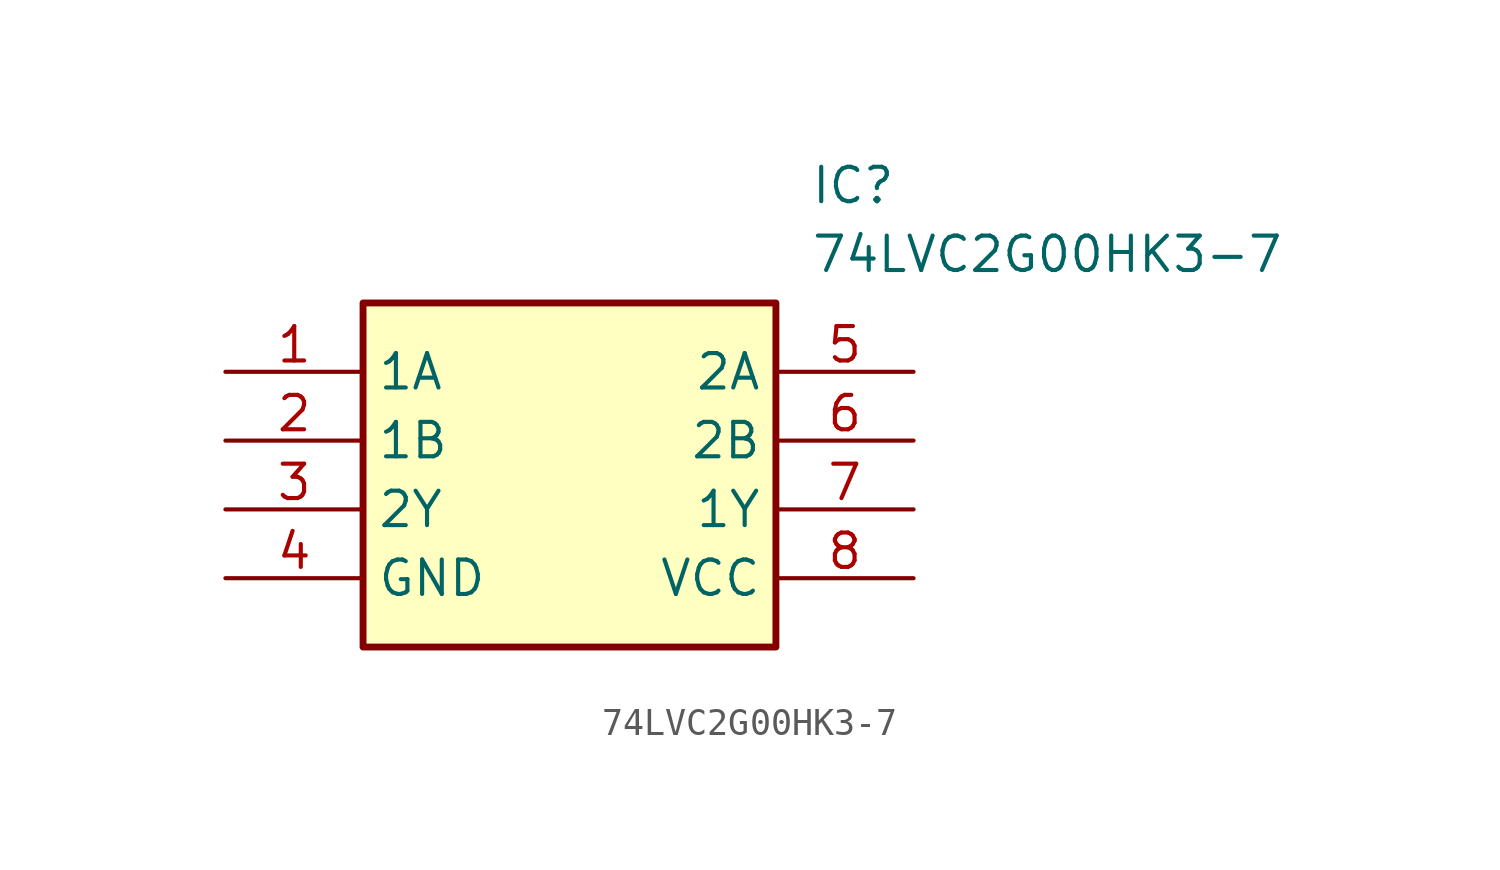
<source format=kicad_sym>
(kicad_symbol_lib
  (version 20211014)
  (generator SamacSys_ECAD_Model)
  (symbol "74LVC2G00HK3-7"
    (property "Reference" "IC"
      (at 21.59 7.62 0)
      (effects (font (size 1.27 1.27)) (justify left top)))
    (property "Value" "74LVC2G00HK3-7"
      (at 21.59 5.08 0)
      (effects (font (size 1.27 1.27)) (justify left top)))
    (rectangle
      (start 5.08 2.54)
      (end 20.32 -10.16)
      (stroke (width 0.254) (type default))
      (fill (type background)))
    (pin passive line
      (at 0 0 0)
      (length 5.08)
      (name "1A" (effects (font (size 1.27 1.27))))
      (number "1" (effects (font (size 1.27 1.27)))))
    (pin passive line
      (at 0 -2.54 0)
      (length 5.08)
      (name "1B" (effects (font (size 1.27 1.27))))
      (number "2" (effects (font (size 1.27 1.27)))))
    (pin passive line
      (at 0 -5.08 0)
      (length 5.08)
      (name "2Y" (effects (font (size 1.27 1.27))))
      (number "3" (effects (font (size 1.27 1.27)))))
    (pin passive line
      (at 0 -7.62 0)
      (length 5.08)
      (name "GND" (effects (font (size 1.27 1.27))))
      (number "4" (effects (font (size 1.27 1.27)))))
    (pin passive line
      (at 25.4 0 180)
      (length 5.08)
      (name "2A" (effects (font (size 1.27 1.27))))
      (number "5" (effects (font (size 1.27 1.27)))))
    (pin passive line
      (at 25.4 -2.54 180)
      (length 5.08)
      (name "2B" (effects (font (size 1.27 1.27))))
      (number "6" (effects (font (size 1.27 1.27)))))
    (pin passive line
      (at 25.4 -5.08 180)
      (length 5.08)
      (name "1Y" (effects (font (size 1.27 1.27))))
      (number "7" (effects (font (size 1.27 1.27)))))
    (pin passive line
      (at 25.4 -7.62 180)
      (length 5.08)
      (name "VCC" (effects (font (size 1.27 1.27))))
      (number "8" (effects (font (size 1.27 1.27)))))))
</source>
